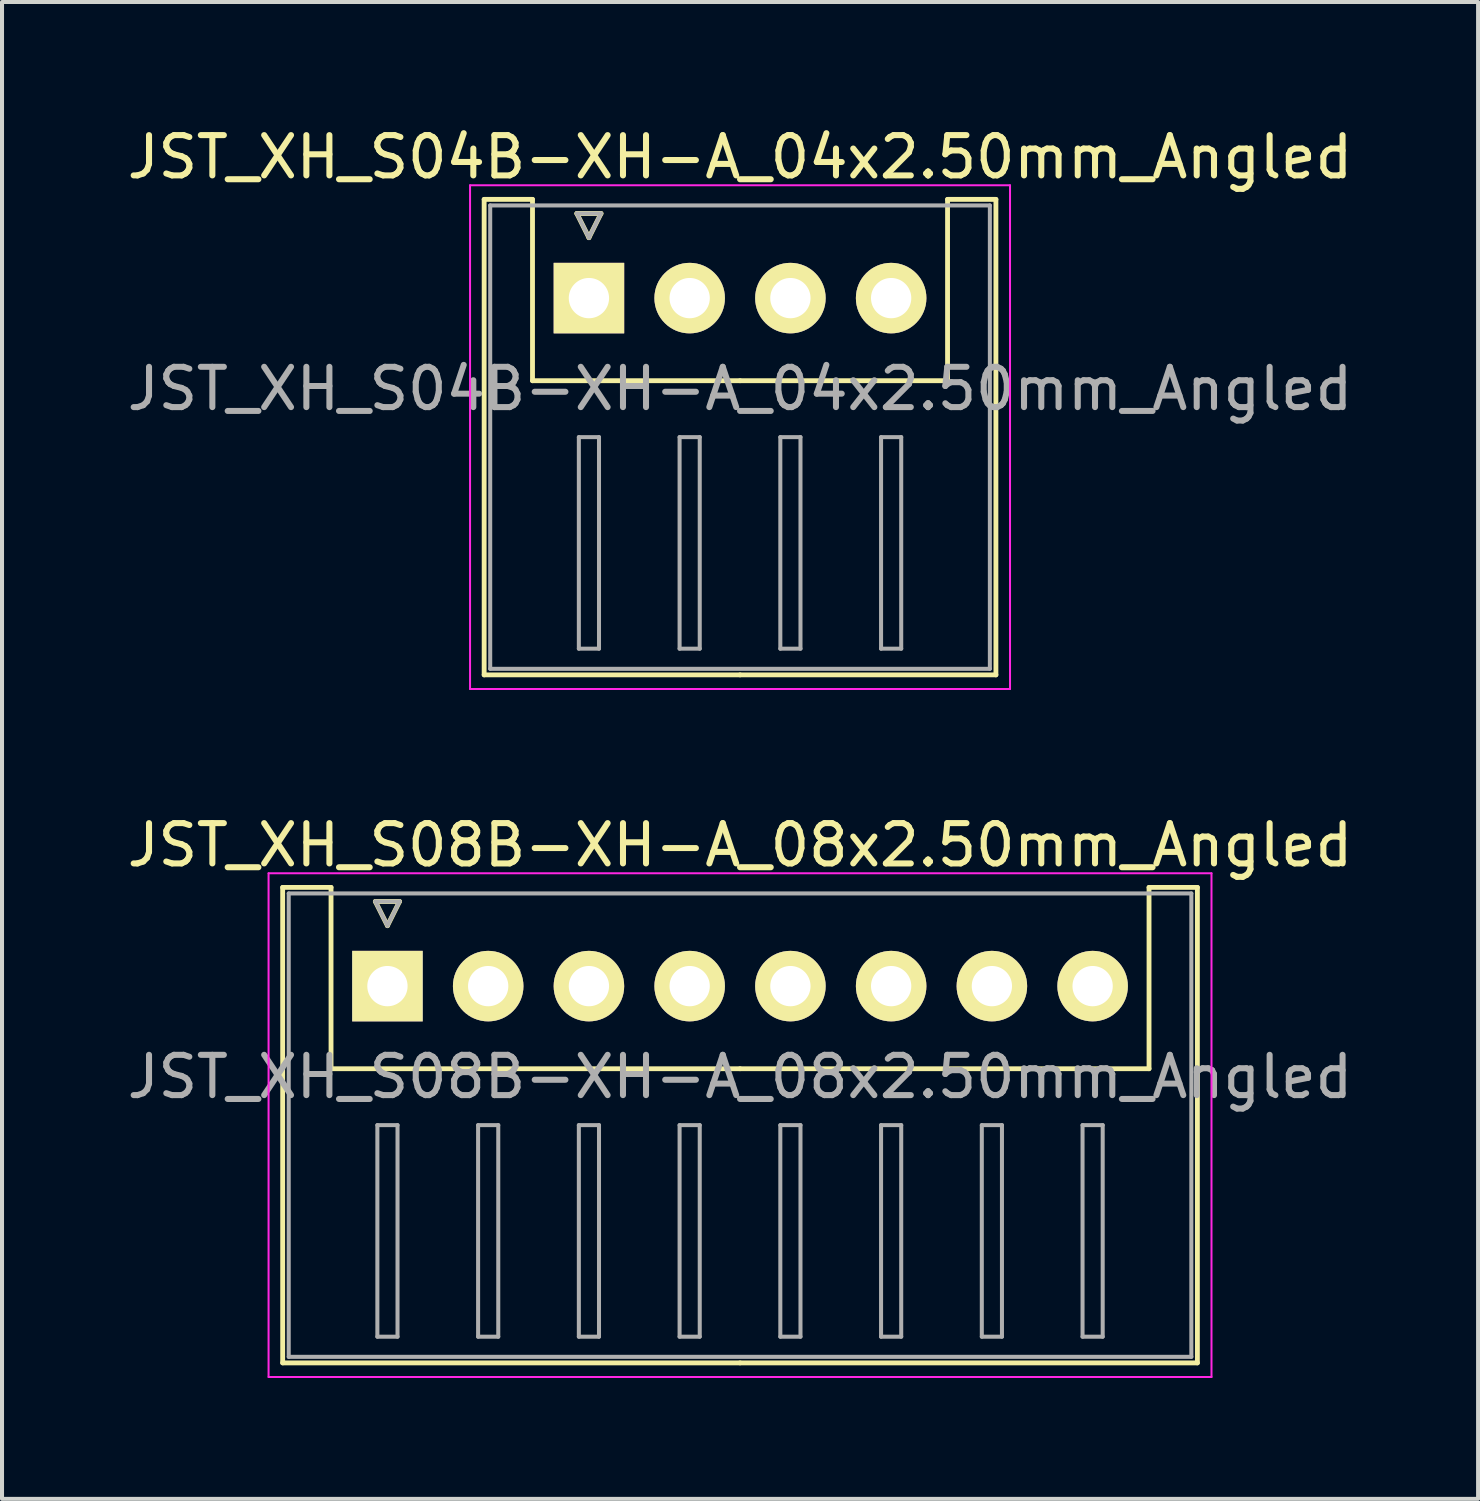
<source format=kicad_pcb>
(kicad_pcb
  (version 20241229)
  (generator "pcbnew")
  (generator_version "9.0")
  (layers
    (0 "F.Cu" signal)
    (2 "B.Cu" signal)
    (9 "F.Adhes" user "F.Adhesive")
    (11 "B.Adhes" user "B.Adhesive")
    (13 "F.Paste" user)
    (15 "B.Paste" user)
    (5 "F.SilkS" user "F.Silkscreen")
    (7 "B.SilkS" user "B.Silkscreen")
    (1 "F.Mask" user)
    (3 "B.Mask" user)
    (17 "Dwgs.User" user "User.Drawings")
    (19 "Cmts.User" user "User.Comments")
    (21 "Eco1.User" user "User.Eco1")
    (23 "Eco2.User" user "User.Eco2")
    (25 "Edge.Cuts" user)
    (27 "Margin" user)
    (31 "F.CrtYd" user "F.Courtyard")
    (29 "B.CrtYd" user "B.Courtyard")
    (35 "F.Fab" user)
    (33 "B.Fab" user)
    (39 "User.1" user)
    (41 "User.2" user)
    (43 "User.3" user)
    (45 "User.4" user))
  (footprint "JST_XH_S08B-XH-A_08x2.50mm_Angled"
    (layer "F.Cu")
    (at 6.565 21.422)
    (property "Reference" "JST_XH_S08B-XH-A_08x2.50mm_Angled" (at 8.75 -3.5 0) (layer "F.SilkS") (effects (font (size 1 1) (thickness 0.15))))
    (attr through_hole)
    (fp_line (start -2.6 -2.45) (end -1.4 -2.45) (stroke (width 0.12) (type solid)) (layer "F.SilkS"))
    (fp_line (start -2.6 9.35) (end -2.6 -2.45) (stroke (width 0.12) (type solid)) (layer "F.SilkS"))
    (fp_line (start -1.4 -2.45) (end -1.4 2.05) (stroke (width 0.12) (type solid)) (layer "F.SilkS"))
    (fp_line (start -1.4 2.05) (end 8.75 2.05) (stroke (width 0.12) (type solid)) (layer "F.SilkS"))
    (fp_line (start -0.3 -2.1) (end 0.3 -2.1) (stroke (width 0.12) (type solid)) (layer "F.SilkS"))
    (fp_line (start 0 -1.5) (end -0.3 -2.1) (stroke (width 0.12) (type solid)) (layer "F.SilkS"))
    (fp_line (start 0.3 -2.1) (end 0 -1.5) (stroke (width 0.12) (type solid)) (layer "F.SilkS"))
    (fp_line (start 8.75 9.35) (end -2.6 9.35) (stroke (width 0.12) (type solid)) (layer "F.SilkS"))
    (fp_line (start 8.75 9.35) (end 20.1 9.35) (stroke (width 0.12) (type solid)) (layer "F.SilkS"))
    (fp_line (start 18.9 -2.45) (end 18.9 2.05) (stroke (width 0.12) (type solid)) (layer "F.SilkS"))
    (fp_line (start 18.9 2.05) (end 8.75 2.05) (stroke (width 0.12) (type solid)) (layer "F.SilkS"))
    (fp_line (start 20.1 -2.45) (end 18.9 -2.45) (stroke (width 0.12) (type solid)) (layer "F.SilkS"))
    (fp_line (start 20.1 9.35) (end 20.1 -2.45) (stroke (width 0.12) (type solid)) (layer "F.SilkS"))
    (fp_line (start -2.95 -2.8) (end -2.95 9.7) (stroke (width 0.05) (type solid)) (layer "F.CrtYd"))
    (fp_line (start -2.95 9.7) (end 20.45 9.7) (stroke (width 0.05) (type solid)) (layer "F.CrtYd"))
    (fp_line (start 20.45 -2.8) (end -2.95 -2.8) (stroke (width 0.05) (type solid)) (layer "F.CrtYd"))
    (fp_line (start 20.45 9.7) (end 20.45 -2.8) (stroke (width 0.05) (type solid)) (layer "F.CrtYd"))
    (fp_line (start -2.45 -2.3) (end -2.45 9.2) (stroke (width 0.1) (type solid)) (layer "F.Fab"))
    (fp_line (start -2.45 9.2) (end 19.95 9.2) (stroke (width 0.1) (type solid)) (layer "F.Fab"))
    (fp_line (start -0.3 -2.1) (end 0.3 -2.1) (stroke (width 0.1) (type solid)) (layer "F.Fab"))
    (fp_line (start -0.25 3.45) (end -0.25 8.7) (stroke (width 0.1) (type solid)) (layer "F.Fab"))
    (fp_line (start -0.25 8.7) (end 0.25 8.7) (stroke (width 0.1) (type solid)) (layer "F.Fab"))
    (fp_line (start 0 -1.5) (end -0.3 -2.1) (stroke (width 0.1) (type solid)) (layer "F.Fab"))
    (fp_line (start 0.25 3.45) (end -0.25 3.45) (stroke (width 0.1) (type solid)) (layer "F.Fab"))
    (fp_line (start 0.25 8.7) (end 0.25 3.45) (stroke (width 0.1) (type solid)) (layer "F.Fab"))
    (fp_line (start 0.3 -2.1) (end 0 -1.5) (stroke (width 0.1) (type solid)) (layer "F.Fab"))
    (fp_line (start 2.25 3.45) (end 2.25 8.7) (stroke (width 0.1) (type solid)) (layer "F.Fab"))
    (fp_line (start 2.25 8.7) (end 2.75 8.7) (stroke (width 0.1) (type solid)) (layer "F.Fab"))
    (fp_line (start 2.75 3.45) (end 2.25 3.45) (stroke (width 0.1) (type solid)) (layer "F.Fab"))
    (fp_line (start 2.75 8.7) (end 2.75 3.45) (stroke (width 0.1) (type solid)) (layer "F.Fab"))
    (fp_line (start 4.75 3.45) (end 4.75 8.7) (stroke (width 0.1) (type solid)) (layer "F.Fab"))
    (fp_line (start 4.75 8.7) (end 5.25 8.7) (stroke (width 0.1) (type solid)) (layer "F.Fab"))
    (fp_line (start 5.25 3.45) (end 4.75 3.45) (stroke (width 0.1) (type solid)) (layer "F.Fab"))
    (fp_line (start 5.25 8.7) (end 5.25 3.45) (stroke (width 0.1) (type solid)) (layer "F.Fab"))
    (fp_line (start 7.25 3.45) (end 7.25 8.7) (stroke (width 0.1) (type solid)) (layer "F.Fab"))
    (fp_line (start 7.25 8.7) (end 7.75 8.7) (stroke (width 0.1) (type solid)) (layer "F.Fab"))
    (fp_line (start 7.75 3.45) (end 7.25 3.45) (stroke (width 0.1) (type solid)) (layer "F.Fab"))
    (fp_line (start 7.75 8.7) (end 7.75 3.45) (stroke (width 0.1) (type solid)) (layer "F.Fab"))
    (fp_line (start 9.75 3.45) (end 9.75 8.7) (stroke (width 0.1) (type solid)) (layer "F.Fab"))
    (fp_line (start 9.75 8.7) (end 10.25 8.7) (stroke (width 0.1) (type solid)) (layer "F.Fab"))
    (fp_line (start 10.25 3.45) (end 9.75 3.45) (stroke (width 0.1) (type solid)) (layer "F.Fab"))
    (fp_line (start 10.25 8.7) (end 10.25 3.45) (stroke (width 0.1) (type solid)) (layer "F.Fab"))
    (fp_line (start 12.25 3.45) (end 12.25 8.7) (stroke (width 0.1) (type solid)) (layer "F.Fab"))
    (fp_line (start 12.25 8.7) (end 12.75 8.7) (stroke (width 0.1) (type solid)) (layer "F.Fab"))
    (fp_line (start 12.75 3.45) (end 12.25 3.45) (stroke (width 0.1) (type solid)) (layer "F.Fab"))
    (fp_line (start 12.75 8.7) (end 12.75 3.45) (stroke (width 0.1) (type solid)) (layer "F.Fab"))
    (fp_line (start 14.75 3.45) (end 14.75 8.7) (stroke (width 0.1) (type solid)) (layer "F.Fab"))
    (fp_line (start 14.75 8.7) (end 15.25 8.7) (stroke (width 0.1) (type solid)) (layer "F.Fab"))
    (fp_line (start 15.25 3.45) (end 14.75 3.45) (stroke (width 0.1) (type solid)) (layer "F.Fab"))
    (fp_line (start 15.25 8.7) (end 15.25 3.45) (stroke (width 0.1) (type solid)) (layer "F.Fab"))
    (fp_line (start 17.25 3.45) (end 17.25 8.7) (stroke (width 0.1) (type solid)) (layer "F.Fab"))
    (fp_line (start 17.25 8.7) (end 17.75 8.7) (stroke (width 0.1) (type solid)) (layer "F.Fab"))
    (fp_line (start 17.75 3.45) (end 17.25 3.45) (stroke (width 0.1) (type solid)) (layer "F.Fab"))
    (fp_line (start 17.75 8.7) (end 17.75 3.45) (stroke (width 0.1) (type solid)) (layer "F.Fab"))
    (fp_line (start 19.95 -2.3) (end -2.45 -2.3) (stroke (width 0.1) (type solid)) (layer "F.Fab"))
    (fp_line (start 19.95 9.2) (end 19.95 -2.3) (stroke (width 0.1) (type solid)) (layer "F.Fab"))
    (fp_text user "${REFERENCE}" (at 8.75 2.25 0) (layer "F.Fab") (effects (font (size 1 1) (thickness 0.15))))
    (pad "1" thru_hole rect (at 0 0) (size 1.75 1.75) (drill 1) (layers "*.Cu" "*.Mask" "F.SilkS"))
    (pad "2" thru_hole circle (at 2.5 0) (size 1.75 1.75) (drill 1) (layers "*.Cu" "*.Mask" "F.SilkS"))
    (pad "3" thru_hole circle (at 5 0) (size 1.75 1.75) (drill 1) (layers "*.Cu" "*.Mask" "F.SilkS"))
    (pad "4" thru_hole circle (at 7.5 0) (size 1.75 1.75) (drill 1) (layers "*.Cu" "*.Mask" "F.SilkS"))
    (pad "5" thru_hole circle (at 10 0) (size 1.75 1.75) (drill 1) (layers "*.Cu" "*.Mask" "F.SilkS"))
    (pad "6" thru_hole circle (at 12.5 0) (size 1.75 1.75) (drill 1) (layers "*.Cu" "*.Mask" "F.SilkS"))
    (pad "7" thru_hole circle (at 15 0) (size 1.75 1.75) (drill 1) (layers "*.Cu" "*.Mask" "F.SilkS"))
    (pad "8" thru_hole circle (at 17.5 0) (size 1.75 1.75) (drill 1) (layers "*.Cu" "*.Mask" "F.SilkS")))
  (footprint "JST_XH_S04B-XH-A_04x2.50mm_Angled"
    (layer "F.Cu")
    (at 11.565 4.348)
    (property "Reference" "JST_XH_S04B-XH-A_04x2.50mm_Angled" (at 3.75 -3.5 0) (layer "F.SilkS") (effects (font (size 1 1) (thickness 0.15))))
    (attr through_hole)
    (fp_line (start -2.6 -2.45) (end -1.4 -2.45) (stroke (width 0.12) (type solid)) (layer "F.SilkS"))
    (fp_line (start -2.6 9.35) (end -2.6 -2.45) (stroke (width 0.12) (type solid)) (layer "F.SilkS"))
    (fp_line (start -1.4 -2.45) (end -1.4 2.05) (stroke (width 0.12) (type solid)) (layer "F.SilkS"))
    (fp_line (start -1.4 2.05) (end 3.75 2.05) (stroke (width 0.12) (type solid)) (layer "F.SilkS"))
    (fp_line (start -0.3 -2.1) (end 0.3 -2.1) (stroke (width 0.12) (type solid)) (layer "F.SilkS"))
    (fp_line (start 0 -1.5) (end -0.3 -2.1) (stroke (width 0.12) (type solid)) (layer "F.SilkS"))
    (fp_line (start 0.3 -2.1) (end 0 -1.5) (stroke (width 0.12) (type solid)) (layer "F.SilkS"))
    (fp_line (start 3.75 9.35) (end -2.6 9.35) (stroke (width 0.12) (type solid)) (layer "F.SilkS"))
    (fp_line (start 3.75 9.35) (end 10.1 9.35) (stroke (width 0.12) (type solid)) (layer "F.SilkS"))
    (fp_line (start 8.9 -2.45) (end 8.9 2.05) (stroke (width 0.12) (type solid)) (layer "F.SilkS"))
    (fp_line (start 8.9 2.05) (end 3.75 2.05) (stroke (width 0.12) (type solid)) (layer "F.SilkS"))
    (fp_line (start 10.1 -2.45) (end 8.9 -2.45) (stroke (width 0.12) (type solid)) (layer "F.SilkS"))
    (fp_line (start 10.1 9.35) (end 10.1 -2.45) (stroke (width 0.12) (type solid)) (layer "F.SilkS"))
    (fp_line (start -2.95 -2.8) (end -2.95 9.7) (stroke (width 0.05) (type solid)) (layer "F.CrtYd"))
    (fp_line (start -2.95 9.7) (end 10.45 9.7) (stroke (width 0.05) (type solid)) (layer "F.CrtYd"))
    (fp_line (start 10.45 -2.8) (end -2.95 -2.8) (stroke (width 0.05) (type solid)) (layer "F.CrtYd"))
    (fp_line (start 10.45 9.7) (end 10.45 -2.8) (stroke (width 0.05) (type solid)) (layer "F.CrtYd"))
    (fp_line (start -2.45 -2.3) (end -2.45 9.2) (stroke (width 0.1) (type solid)) (layer "F.Fab"))
    (fp_line (start -2.45 9.2) (end 9.95 9.2) (stroke (width 0.1) (type solid)) (layer "F.Fab"))
    (fp_line (start -0.3 -2.1) (end 0.3 -2.1) (stroke (width 0.1) (type solid)) (layer "F.Fab"))
    (fp_line (start -0.25 3.45) (end -0.25 8.7) (stroke (width 0.1) (type solid)) (layer "F.Fab"))
    (fp_line (start -0.25 8.7) (end 0.25 8.7) (stroke (width 0.1) (type solid)) (layer "F.Fab"))
    (fp_line (start 0 -1.5) (end -0.3 -2.1) (stroke (width 0.1) (type solid)) (layer "F.Fab"))
    (fp_line (start 0.25 3.45) (end -0.25 3.45) (stroke (width 0.1) (type solid)) (layer "F.Fab"))
    (fp_line (start 0.25 8.7) (end 0.25 3.45) (stroke (width 0.1) (type solid)) (layer "F.Fab"))
    (fp_line (start 0.3 -2.1) (end 0 -1.5) (stroke (width 0.1) (type solid)) (layer "F.Fab"))
    (fp_line (start 2.25 3.45) (end 2.25 8.7) (stroke (width 0.1) (type solid)) (layer "F.Fab"))
    (fp_line (start 2.25 8.7) (end 2.75 8.7) (stroke (width 0.1) (type solid)) (layer "F.Fab"))
    (fp_line (start 2.75 3.45) (end 2.25 3.45) (stroke (width 0.1) (type solid)) (layer "F.Fab"))
    (fp_line (start 2.75 8.7) (end 2.75 3.45) (stroke (width 0.1) (type solid)) (layer "F.Fab"))
    (fp_line (start 4.75 3.45) (end 4.75 8.7) (stroke (width 0.1) (type solid)) (layer "F.Fab"))
    (fp_line (start 4.75 8.7) (end 5.25 8.7) (stroke (width 0.1) (type solid)) (layer "F.Fab"))
    (fp_line (start 5.25 3.45) (end 4.75 3.45) (stroke (width 0.1) (type solid)) (layer "F.Fab"))
    (fp_line (start 5.25 8.7) (end 5.25 3.45) (stroke (width 0.1) (type solid)) (layer "F.Fab"))
    (fp_line (start 7.25 3.45) (end 7.25 8.7) (stroke (width 0.1) (type solid)) (layer "F.Fab"))
    (fp_line (start 7.25 8.7) (end 7.75 8.7) (stroke (width 0.1) (type solid)) (layer "F.Fab"))
    (fp_line (start 7.75 3.45) (end 7.25 3.45) (stroke (width 0.1) (type solid)) (layer "F.Fab"))
    (fp_line (start 7.75 8.7) (end 7.75 3.45) (stroke (width 0.1) (type solid)) (layer "F.Fab"))
    (fp_line (start 9.95 -2.3) (end -2.45 -2.3) (stroke (width 0.1) (type solid)) (layer "F.Fab"))
    (fp_line (start 9.95 9.2) (end 9.95 -2.3) (stroke (width 0.1) (type solid)) (layer "F.Fab"))
    (fp_text user "${REFERENCE}" (at 3.75 2.25 0) (layer "F.Fab") (effects (font (size 1 1) (thickness 0.15))))
    (pad "1" thru_hole rect (at 0 0) (size 1.75 1.75) (drill 1) (layers "*.Cu" "*.Mask" "F.SilkS"))
    (pad "2" thru_hole circle (at 2.5 0) (size 1.75 1.75) (drill 1) (layers "*.Cu" "*.Mask" "F.SilkS"))
    (pad "3" thru_hole circle (at 5 0) (size 1.75 1.75) (drill 1) (layers "*.Cu" "*.Mask" "F.SilkS"))
    (pad "4" thru_hole circle (at 7.5 0) (size 1.75 1.75) (drill 1) (layers "*.Cu" "*.Mask" "F.SilkS")))
  (gr_rect
    (start -3 -3)
    (end 33.631 34.147)
    (stroke (width 0.1) (type default))
    (fill no)
    (layer "Edge.Cuts")))
</source>
